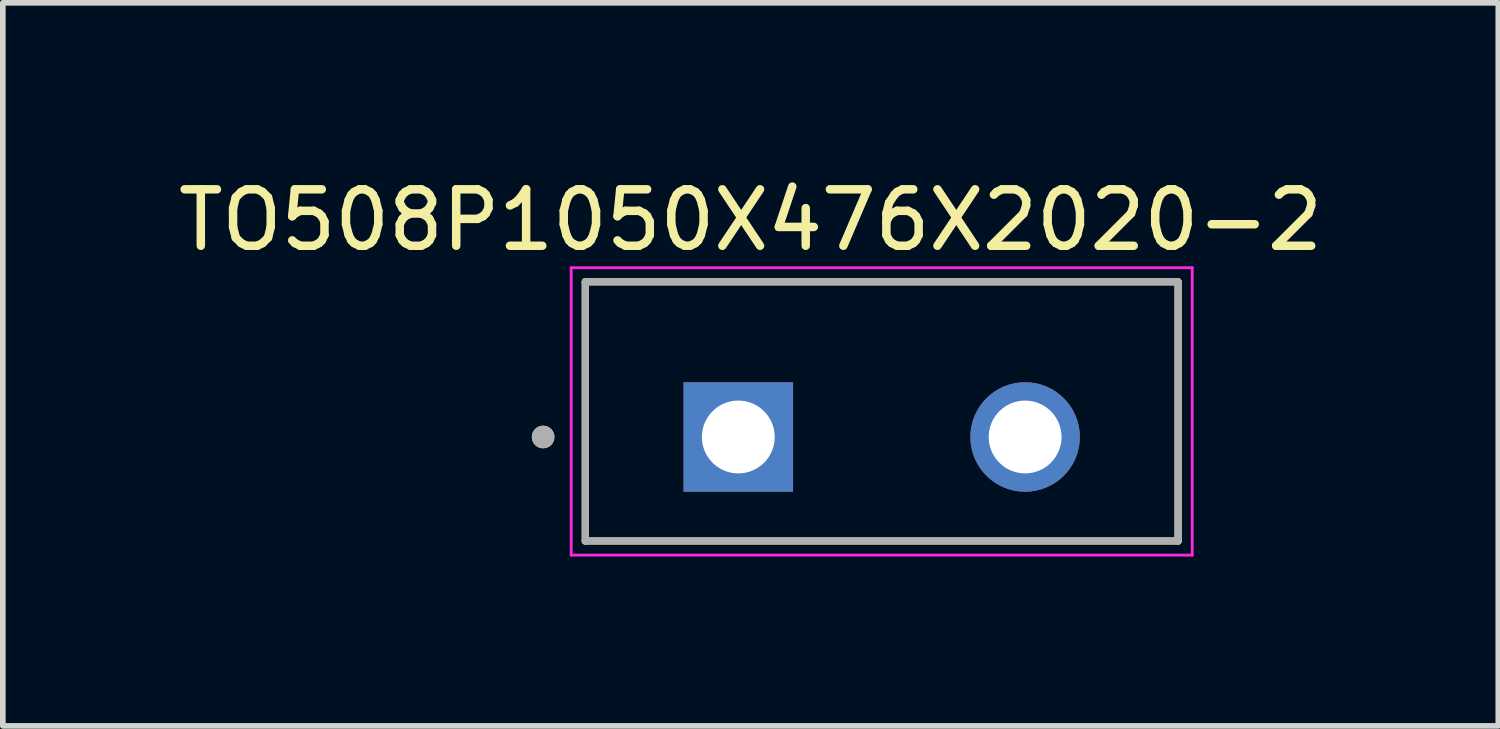
<source format=kicad_pcb>
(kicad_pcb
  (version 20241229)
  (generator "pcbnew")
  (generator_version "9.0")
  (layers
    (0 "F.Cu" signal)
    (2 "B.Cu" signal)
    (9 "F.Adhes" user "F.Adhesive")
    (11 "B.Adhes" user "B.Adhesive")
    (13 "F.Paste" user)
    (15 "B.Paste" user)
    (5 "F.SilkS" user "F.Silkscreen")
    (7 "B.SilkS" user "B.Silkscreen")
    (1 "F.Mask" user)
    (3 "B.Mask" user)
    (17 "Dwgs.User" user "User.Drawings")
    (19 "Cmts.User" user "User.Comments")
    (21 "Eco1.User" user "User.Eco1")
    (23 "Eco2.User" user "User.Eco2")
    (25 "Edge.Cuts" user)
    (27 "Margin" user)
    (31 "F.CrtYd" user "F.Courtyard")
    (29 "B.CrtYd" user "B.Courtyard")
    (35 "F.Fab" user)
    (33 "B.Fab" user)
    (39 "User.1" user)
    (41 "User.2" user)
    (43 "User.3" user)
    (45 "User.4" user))
  (footprint "TO508P1050X476X2020-2"
    (layer "F.Cu")
    (at 12.567 4.237)
    (property "Reference" "TO508P1050X476X2020-2" (at -2.322 -3.389 0) (layer "F.SilkS") (effects (font (size 1 1) (thickness 0.15))))
    (attr through_hole)
    (fp_line (start -5.25 -2.295) (end 5.25 -2.295) (stroke (width 0.127) (type solid)) (layer "F.SilkS"))
    (fp_line (start -5.25 2.295) (end -5.25 -2.295) (stroke (width 0.127) (type solid)) (layer "F.SilkS"))
    (fp_line (start 5.25 -2.295) (end 5.25 2.295) (stroke (width 0.127) (type solid)) (layer "F.SilkS"))
    (fp_line (start 5.25 2.295) (end -5.25 2.295) (stroke (width 0.127) (type solid)) (layer "F.SilkS"))
    (fp_circle (center -5.997 0.453) (end -5.897 0.453) (stroke (width 0.2) (type solid)) (fill no) (layer "F.SilkS"))
    (fp_line (start -5.5 -2.545) (end -5.5 2.545) (stroke (width 0.05) (type solid)) (layer "F.CrtYd"))
    (fp_line (start -5.5 2.545) (end 5.5 2.545) (stroke (width 0.05) (type solid)) (layer "F.CrtYd"))
    (fp_line (start 5.5 -2.545) (end -5.5 -2.545) (stroke (width 0.05) (type solid)) (layer "F.CrtYd"))
    (fp_line (start 5.5 2.545) (end 5.5 -2.545) (stroke (width 0.05) (type solid)) (layer "F.CrtYd"))
    (fp_line (start -5.25 -2.295) (end 5.25 -2.295) (stroke (width 0.127) (type solid)) (layer "F.Fab"))
    (fp_line (start -5.25 2.295) (end -5.25 -2.295) (stroke (width 0.127) (type solid)) (layer "F.Fab"))
    (fp_line (start 5.25 -2.295) (end 5.25 2.295) (stroke (width 0.127) (type solid)) (layer "F.Fab"))
    (fp_line (start 5.25 2.295) (end -5.25 2.295) (stroke (width 0.127) (type solid)) (layer "F.Fab"))
    (fp_circle (center -5.997 0.453) (end -5.897 0.453) (stroke (width 0.2) (type solid)) (fill no) (layer "F.Fab"))
    (pad "1" thru_hole rect (at -2.54 0.453) (size 1.94 1.94) (drill 1.29) (layers "*.Cu" "*.Mask"))
    (pad "3" thru_hole circle (at 2.54 0.453) (size 1.94 1.94) (drill 1.29) (layers "*.Cu" "*.Mask")))
  (gr_rect
    (start -3 -3)
    (end 23.488 9.807)
    (stroke (width 0.1) (type default))
    (fill no)
    (layer "Edge.Cuts")))
</source>
